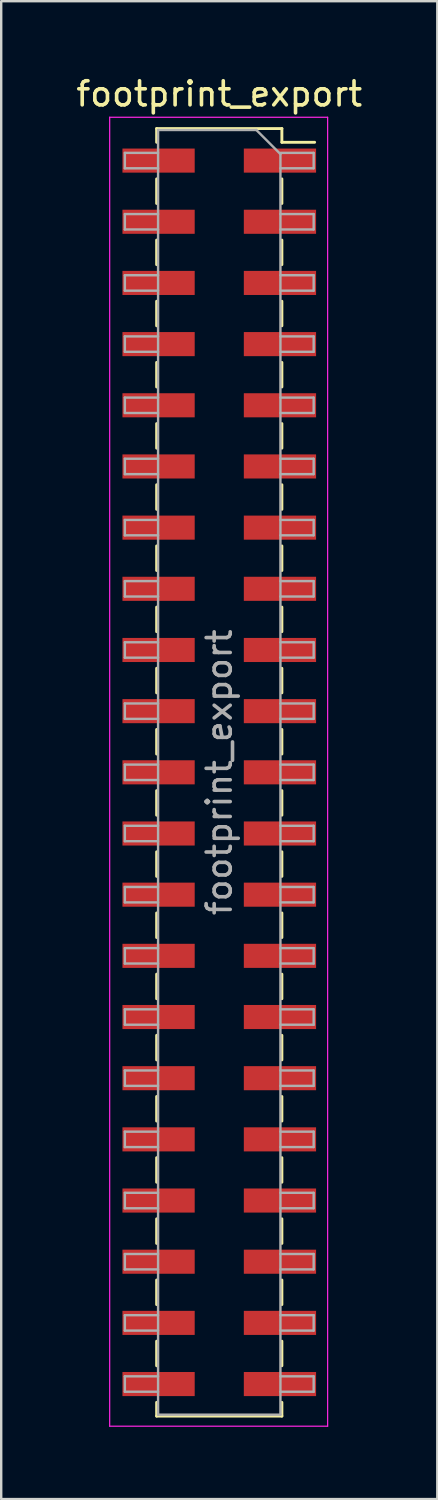
<source format=kicad_pcb>
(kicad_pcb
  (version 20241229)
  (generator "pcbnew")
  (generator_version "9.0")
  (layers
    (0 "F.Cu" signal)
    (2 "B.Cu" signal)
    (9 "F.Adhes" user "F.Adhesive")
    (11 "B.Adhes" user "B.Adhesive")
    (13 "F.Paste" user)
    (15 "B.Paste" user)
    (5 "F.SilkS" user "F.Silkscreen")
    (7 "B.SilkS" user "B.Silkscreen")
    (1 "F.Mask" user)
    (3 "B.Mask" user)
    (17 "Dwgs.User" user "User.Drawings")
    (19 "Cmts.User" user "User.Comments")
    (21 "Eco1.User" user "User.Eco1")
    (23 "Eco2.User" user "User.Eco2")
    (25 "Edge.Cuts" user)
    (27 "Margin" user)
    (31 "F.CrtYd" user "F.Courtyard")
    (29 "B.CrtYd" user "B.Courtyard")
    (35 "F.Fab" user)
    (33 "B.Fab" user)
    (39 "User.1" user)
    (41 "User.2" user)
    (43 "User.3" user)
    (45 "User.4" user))
  (footprint "footprint_export"
    (layer "F.Cu")
    (at 6.054 29.018)
    (property "Reference" "footprint_export" (at 0 -28.17 0) (layer "F.SilkS") (effects (font (size 1 1) (thickness 0.15))))
    (attr smd)
    (fp_line (start -2.6 -26.73) (end -2.6 -26.16) (stroke (width 0.12) (type solid)) (layer "F.SilkS"))
    (fp_line (start -2.6 -26.73) (end 2.6 -26.73) (stroke (width 0.12) (type solid)) (layer "F.SilkS"))
    (fp_line (start -2.6 -24.64) (end -2.6 -23.62) (stroke (width 0.12) (type solid)) (layer "F.SilkS"))
    (fp_line (start -2.6 -22.1) (end -2.6 -21.08) (stroke (width 0.12) (type solid)) (layer "F.SilkS"))
    (fp_line (start -2.6 -19.56) (end -2.6 -18.54) (stroke (width 0.12) (type solid)) (layer "F.SilkS"))
    (fp_line (start -2.6 -17.02) (end -2.6 -16) (stroke (width 0.12) (type solid)) (layer "F.SilkS"))
    (fp_line (start -2.6 -14.48) (end -2.6 -13.46) (stroke (width 0.12) (type solid)) (layer "F.SilkS"))
    (fp_line (start -2.6 -11.94) (end -2.6 -10.92) (stroke (width 0.12) (type solid)) (layer "F.SilkS"))
    (fp_line (start -2.6 -9.4) (end -2.6 -8.38) (stroke (width 0.12) (type solid)) (layer "F.SilkS"))
    (fp_line (start -2.6 -6.86) (end -2.6 -5.84) (stroke (width 0.12) (type solid)) (layer "F.SilkS"))
    (fp_line (start -2.6 -4.32) (end -2.6 -3.3) (stroke (width 0.12) (type solid)) (layer "F.SilkS"))
    (fp_line (start -2.6 -1.78) (end -2.6 -0.76) (stroke (width 0.12) (type solid)) (layer "F.SilkS"))
    (fp_line (start -2.6 0.76) (end -2.6 1.78) (stroke (width 0.12) (type solid)) (layer "F.SilkS"))
    (fp_line (start -2.6 3.3) (end -2.6 4.32) (stroke (width 0.12) (type solid)) (layer "F.SilkS"))
    (fp_line (start -2.6 5.84) (end -2.6 6.86) (stroke (width 0.12) (type solid)) (layer "F.SilkS"))
    (fp_line (start -2.6 8.38) (end -2.6 9.4) (stroke (width 0.12) (type solid)) (layer "F.SilkS"))
    (fp_line (start -2.6 10.92) (end -2.6 11.94) (stroke (width 0.12) (type solid)) (layer "F.SilkS"))
    (fp_line (start -2.6 13.46) (end -2.6 14.48) (stroke (width 0.12) (type solid)) (layer "F.SilkS"))
    (fp_line (start -2.6 16) (end -2.6 17.02) (stroke (width 0.12) (type solid)) (layer "F.SilkS"))
    (fp_line (start -2.6 18.54) (end -2.6 19.56) (stroke (width 0.12) (type solid)) (layer "F.SilkS"))
    (fp_line (start -2.6 21.08) (end -2.6 22.1) (stroke (width 0.12) (type solid)) (layer "F.SilkS"))
    (fp_line (start -2.6 23.62) (end -2.6 24.64) (stroke (width 0.12) (type solid)) (layer "F.SilkS"))
    (fp_line (start -2.6 26.16) (end -2.6 26.73) (stroke (width 0.12) (type solid)) (layer "F.SilkS"))
    (fp_line (start -2.6 26.73) (end 2.6 26.73) (stroke (width 0.12) (type solid)) (layer "F.SilkS"))
    (fp_line (start 2.6 -26.73) (end 2.6 -26.16) (stroke (width 0.12) (type solid)) (layer "F.SilkS"))
    (fp_line (start 2.6 -26.16) (end 3.96 -26.16) (stroke (width 0.12) (type solid)) (layer "F.SilkS"))
    (fp_line (start 2.6 -24.64) (end 2.6 -23.62) (stroke (width 0.12) (type solid)) (layer "F.SilkS"))
    (fp_line (start 2.6 -22.1) (end 2.6 -21.08) (stroke (width 0.12) (type solid)) (layer "F.SilkS"))
    (fp_line (start 2.6 -19.56) (end 2.6 -18.54) (stroke (width 0.12) (type solid)) (layer "F.SilkS"))
    (fp_line (start 2.6 -17.02) (end 2.6 -16) (stroke (width 0.12) (type solid)) (layer "F.SilkS"))
    (fp_line (start 2.6 -14.48) (end 2.6 -13.46) (stroke (width 0.12) (type solid)) (layer "F.SilkS"))
    (fp_line (start 2.6 -11.94) (end 2.6 -10.92) (stroke (width 0.12) (type solid)) (layer "F.SilkS"))
    (fp_line (start 2.6 -9.4) (end 2.6 -8.38) (stroke (width 0.12) (type solid)) (layer "F.SilkS"))
    (fp_line (start 2.6 -6.86) (end 2.6 -5.84) (stroke (width 0.12) (type solid)) (layer "F.SilkS"))
    (fp_line (start 2.6 -4.32) (end 2.6 -3.3) (stroke (width 0.12) (type solid)) (layer "F.SilkS"))
    (fp_line (start 2.6 -1.78) (end 2.6 -0.76) (stroke (width 0.12) (type solid)) (layer "F.SilkS"))
    (fp_line (start 2.6 0.76) (end 2.6 1.78) (stroke (width 0.12) (type solid)) (layer "F.SilkS"))
    (fp_line (start 2.6 3.3) (end 2.6 4.32) (stroke (width 0.12) (type solid)) (layer "F.SilkS"))
    (fp_line (start 2.6 5.84) (end 2.6 6.86) (stroke (width 0.12) (type solid)) (layer "F.SilkS"))
    (fp_line (start 2.6 8.38) (end 2.6 9.4) (stroke (width 0.12) (type solid)) (layer "F.SilkS"))
    (fp_line (start 2.6 10.92) (end 2.6 11.94) (stroke (width 0.12) (type solid)) (layer "F.SilkS"))
    (fp_line (start 2.6 13.46) (end 2.6 14.48) (stroke (width 0.12) (type solid)) (layer "F.SilkS"))
    (fp_line (start 2.6 16) (end 2.6 17.02) (stroke (width 0.12) (type solid)) (layer "F.SilkS"))
    (fp_line (start 2.6 18.54) (end 2.6 19.56) (stroke (width 0.12) (type solid)) (layer "F.SilkS"))
    (fp_line (start 2.6 21.08) (end 2.6 22.1) (stroke (width 0.12) (type solid)) (layer "F.SilkS"))
    (fp_line (start 2.6 23.62) (end 2.6 24.64) (stroke (width 0.12) (type solid)) (layer "F.SilkS"))
    (fp_line (start 2.6 26.16) (end 2.6 26.73) (stroke (width 0.12) (type solid)) (layer "F.SilkS"))
    (fp_line (start -4.55 -27.2) (end 4.5 -27.2) (stroke (width 0.05) (type solid)) (layer "F.CrtYd"))
    (fp_line (start -4.55 27.15) (end -4.55 -27.2) (stroke (width 0.05) (type solid)) (layer "F.CrtYd"))
    (fp_line (start 4.5 -27.2) (end 4.5 27.15) (stroke (width 0.05) (type solid)) (layer "F.CrtYd"))
    (fp_line (start 4.5 27.15) (end -4.55 27.15) (stroke (width 0.05) (type solid)) (layer "F.CrtYd"))
    (fp_line (start -3.92 -25.72) (end -2.54 -25.72) (stroke (width 0.1) (type solid)) (layer "F.Fab"))
    (fp_line (start -3.92 -25.08) (end -3.92 -25.72) (stroke (width 0.1) (type solid)) (layer "F.Fab"))
    (fp_line (start -3.92 -23.18) (end -2.54 -23.18) (stroke (width 0.1) (type solid)) (layer "F.Fab"))
    (fp_line (start -3.92 -22.54) (end -3.92 -23.18) (stroke (width 0.1) (type solid)) (layer "F.Fab"))
    (fp_line (start -3.92 -20.64) (end -2.54 -20.64) (stroke (width 0.1) (type solid)) (layer "F.Fab"))
    (fp_line (start -3.92 -20) (end -3.92 -20.64) (stroke (width 0.1) (type solid)) (layer "F.Fab"))
    (fp_line (start -3.92 -18.1) (end -2.54 -18.1) (stroke (width 0.1) (type solid)) (layer "F.Fab"))
    (fp_line (start -3.92 -17.46) (end -3.92 -18.1) (stroke (width 0.1) (type solid)) (layer "F.Fab"))
    (fp_line (start -3.92 -15.56) (end -2.54 -15.56) (stroke (width 0.1) (type solid)) (layer "F.Fab"))
    (fp_line (start -3.92 -14.92) (end -3.92 -15.56) (stroke (width 0.1) (type solid)) (layer "F.Fab"))
    (fp_line (start -3.92 -13.02) (end -2.54 -13.02) (stroke (width 0.1) (type solid)) (layer "F.Fab"))
    (fp_line (start -3.92 -12.38) (end -3.92 -13.02) (stroke (width 0.1) (type solid)) (layer "F.Fab"))
    (fp_line (start -3.92 -10.48) (end -2.54 -10.48) (stroke (width 0.1) (type solid)) (layer "F.Fab"))
    (fp_line (start -3.92 -9.84) (end -3.92 -10.48) (stroke (width 0.1) (type solid)) (layer "F.Fab"))
    (fp_line (start -3.92 -7.94) (end -2.54 -7.94) (stroke (width 0.1) (type solid)) (layer "F.Fab"))
    (fp_line (start -3.92 -7.3) (end -3.92 -7.94) (stroke (width 0.1) (type solid)) (layer "F.Fab"))
    (fp_line (start -3.92 -5.4) (end -2.54 -5.4) (stroke (width 0.1) (type solid)) (layer "F.Fab"))
    (fp_line (start -3.92 -4.76) (end -3.92 -5.4) (stroke (width 0.1) (type solid)) (layer "F.Fab"))
    (fp_line (start -3.92 -2.86) (end -2.54 -2.86) (stroke (width 0.1) (type solid)) (layer "F.Fab"))
    (fp_line (start -3.92 -2.22) (end -3.92 -2.86) (stroke (width 0.1) (type solid)) (layer "F.Fab"))
    (fp_line (start -3.92 -0.32) (end -2.54 -0.32) (stroke (width 0.1) (type solid)) (layer "F.Fab"))
    (fp_line (start -3.92 0.32) (end -3.92 -0.32) (stroke (width 0.1) (type solid)) (layer "F.Fab"))
    (fp_line (start -3.92 2.22) (end -2.54 2.22) (stroke (width 0.1) (type solid)) (layer "F.Fab"))
    (fp_line (start -3.92 2.86) (end -3.92 2.22) (stroke (width 0.1) (type solid)) (layer "F.Fab"))
    (fp_line (start -3.92 4.76) (end -2.54 4.76) (stroke (width 0.1) (type solid)) (layer "F.Fab"))
    (fp_line (start -3.92 5.4) (end -3.92 4.76) (stroke (width 0.1) (type solid)) (layer "F.Fab"))
    (fp_line (start -3.92 7.3) (end -2.54 7.3) (stroke (width 0.1) (type solid)) (layer "F.Fab"))
    (fp_line (start -3.92 7.94) (end -3.92 7.3) (stroke (width 0.1) (type solid)) (layer "F.Fab"))
    (fp_line (start -3.92 9.84) (end -2.54 9.84) (stroke (width 0.1) (type solid)) (layer "F.Fab"))
    (fp_line (start -3.92 10.48) (end -3.92 9.84) (stroke (width 0.1) (type solid)) (layer "F.Fab"))
    (fp_line (start -3.92 12.38) (end -2.54 12.38) (stroke (width 0.1) (type solid)) (layer "F.Fab"))
    (fp_line (start -3.92 13.02) (end -3.92 12.38) (stroke (width 0.1) (type solid)) (layer "F.Fab"))
    (fp_line (start -3.92 14.92) (end -2.54 14.92) (stroke (width 0.1) (type solid)) (layer "F.Fab"))
    (fp_line (start -3.92 15.56) (end -3.92 14.92) (stroke (width 0.1) (type solid)) (layer "F.Fab"))
    (fp_line (start -3.92 17.46) (end -2.54 17.46) (stroke (width 0.1) (type solid)) (layer "F.Fab"))
    (fp_line (start -3.92 18.1) (end -3.92 17.46) (stroke (width 0.1) (type solid)) (layer "F.Fab"))
    (fp_line (start -3.92 20) (end -2.54 20) (stroke (width 0.1) (type solid)) (layer "F.Fab"))
    (fp_line (start -3.92 20.64) (end -3.92 20) (stroke (width 0.1) (type solid)) (layer "F.Fab"))
    (fp_line (start -3.92 22.54) (end -2.54 22.54) (stroke (width 0.1) (type solid)) (layer "F.Fab"))
    (fp_line (start -3.92 23.18) (end -3.92 22.54) (stroke (width 0.1) (type solid)) (layer "F.Fab"))
    (fp_line (start -3.92 25.08) (end -2.54 25.08) (stroke (width 0.1) (type solid)) (layer "F.Fab"))
    (fp_line (start -3.92 25.72) (end -3.92 25.08) (stroke (width 0.1) (type solid)) (layer "F.Fab"))
    (fp_line (start -2.54 -26.67) (end 1.54 -26.67) (stroke (width 0.1) (type solid)) (layer "F.Fab"))
    (fp_line (start -2.54 -25.08) (end -3.92 -25.08) (stroke (width 0.1) (type solid)) (layer "F.Fab"))
    (fp_line (start -2.54 -22.54) (end -3.92 -22.54) (stroke (width 0.1) (type solid)) (layer "F.Fab"))
    (fp_line (start -2.54 -20) (end -3.92 -20) (stroke (width 0.1) (type solid)) (layer "F.Fab"))
    (fp_line (start -2.54 -17.46) (end -3.92 -17.46) (stroke (width 0.1) (type solid)) (layer "F.Fab"))
    (fp_line (start -2.54 -14.92) (end -3.92 -14.92) (stroke (width 0.1) (type solid)) (layer "F.Fab"))
    (fp_line (start -2.54 -12.38) (end -3.92 -12.38) (stroke (width 0.1) (type solid)) (layer "F.Fab"))
    (fp_line (start -2.54 -9.84) (end -3.92 -9.84) (stroke (width 0.1) (type solid)) (layer "F.Fab"))
    (fp_line (start -2.54 -7.3) (end -3.92 -7.3) (stroke (width 0.1) (type solid)) (layer "F.Fab"))
    (fp_line (start -2.54 -4.76) (end -3.92 -4.76) (stroke (width 0.1) (type solid)) (layer "F.Fab"))
    (fp_line (start -2.54 -2.22) (end -3.92 -2.22) (stroke (width 0.1) (type solid)) (layer "F.Fab"))
    (fp_line (start -2.54 0.32) (end -3.92 0.32) (stroke (width 0.1) (type solid)) (layer "F.Fab"))
    (fp_line (start -2.54 2.86) (end -3.92 2.86) (stroke (width 0.1) (type solid)) (layer "F.Fab"))
    (fp_line (start -2.54 5.4) (end -3.92 5.4) (stroke (width 0.1) (type solid)) (layer "F.Fab"))
    (fp_line (start -2.54 7.94) (end -3.92 7.94) (stroke (width 0.1) (type solid)) (layer "F.Fab"))
    (fp_line (start -2.54 10.48) (end -3.92 10.48) (stroke (width 0.1) (type solid)) (layer "F.Fab"))
    (fp_line (start -2.54 13.02) (end -3.92 13.02) (stroke (width 0.1) (type solid)) (layer "F.Fab"))
    (fp_line (start -2.54 15.56) (end -3.92 15.56) (stroke (width 0.1) (type solid)) (layer "F.Fab"))
    (fp_line (start -2.54 18.1) (end -3.92 18.1) (stroke (width 0.1) (type solid)) (layer "F.Fab"))
    (fp_line (start -2.54 20.64) (end -3.92 20.64) (stroke (width 0.1) (type solid)) (layer "F.Fab"))
    (fp_line (start -2.54 23.18) (end -3.92 23.18) (stroke (width 0.1) (type solid)) (layer "F.Fab"))
    (fp_line (start -2.54 25.72) (end -3.92 25.72) (stroke (width 0.1) (type solid)) (layer "F.Fab"))
    (fp_line (start -2.54 26.67) (end -2.54 -26.67) (stroke (width 0.1) (type solid)) (layer "F.Fab"))
    (fp_line (start 1.54 -26.67) (end 2.54 -25.67) (stroke (width 0.1) (type solid)) (layer "F.Fab"))
    (fp_line (start 2.54 -25.72) (end 3.92 -25.72) (stroke (width 0.1) (type solid)) (layer "F.Fab"))
    (fp_line (start 2.54 -25.67) (end 2.54 26.67) (stroke (width 0.1) (type solid)) (layer "F.Fab"))
    (fp_line (start 2.54 -23.18) (end 3.92 -23.18) (stroke (width 0.1) (type solid)) (layer "F.Fab"))
    (fp_line (start 2.54 -20.64) (end 3.92 -20.64) (stroke (width 0.1) (type solid)) (layer "F.Fab"))
    (fp_line (start 2.54 -18.1) (end 3.92 -18.1) (stroke (width 0.1) (type solid)) (layer "F.Fab"))
    (fp_line (start 2.54 -15.56) (end 3.92 -15.56) (stroke (width 0.1) (type solid)) (layer "F.Fab"))
    (fp_line (start 2.54 -13.02) (end 3.92 -13.02) (stroke (width 0.1) (type solid)) (layer "F.Fab"))
    (fp_line (start 2.54 -10.48) (end 3.92 -10.48) (stroke (width 0.1) (type solid)) (layer "F.Fab"))
    (fp_line (start 2.54 -7.94) (end 3.92 -7.94) (stroke (width 0.1) (type solid)) (layer "F.Fab"))
    (fp_line (start 2.54 -5.4) (end 3.92 -5.4) (stroke (width 0.1) (type solid)) (layer "F.Fab"))
    (fp_line (start 2.54 -2.86) (end 3.92 -2.86) (stroke (width 0.1) (type solid)) (layer "F.Fab"))
    (fp_line (start 2.54 -0.32) (end 3.92 -0.32) (stroke (width 0.1) (type solid)) (layer "F.Fab"))
    (fp_line (start 2.54 2.22) (end 3.92 2.22) (stroke (width 0.1) (type solid)) (layer "F.Fab"))
    (fp_line (start 2.54 4.76) (end 3.92 4.76) (stroke (width 0.1) (type solid)) (layer "F.Fab"))
    (fp_line (start 2.54 7.3) (end 3.92 7.3) (stroke (width 0.1) (type solid)) (layer "F.Fab"))
    (fp_line (start 2.54 9.84) (end 3.92 9.84) (stroke (width 0.1) (type solid)) (layer "F.Fab"))
    (fp_line (start 2.54 12.38) (end 3.92 12.38) (stroke (width 0.1) (type solid)) (layer "F.Fab"))
    (fp_line (start 2.54 14.92) (end 3.92 14.92) (stroke (width 0.1) (type solid)) (layer "F.Fab"))
    (fp_line (start 2.54 17.46) (end 3.92 17.46) (stroke (width 0.1) (type solid)) (layer "F.Fab"))
    (fp_line (start 2.54 20) (end 3.92 20) (stroke (width 0.1) (type solid)) (layer "F.Fab"))
    (fp_line (start 2.54 22.54) (end 3.92 22.54) (stroke (width 0.1) (type solid)) (layer "F.Fab"))
    (fp_line (start 2.54 25.08) (end 3.92 25.08) (stroke (width 0.1) (type solid)) (layer "F.Fab"))
    (fp_line (start 2.54 26.67) (end -2.54 26.67) (stroke (width 0.1) (type solid)) (layer "F.Fab"))
    (fp_line (start 3.92 -25.72) (end 3.92 -25.08) (stroke (width 0.1) (type solid)) (layer "F.Fab"))
    (fp_line (start 3.92 -25.08) (end 2.54 -25.08) (stroke (width 0.1) (type solid)) (layer "F.Fab"))
    (fp_line (start 3.92 -23.18) (end 3.92 -22.54) (stroke (width 0.1) (type solid)) (layer "F.Fab"))
    (fp_line (start 3.92 -22.54) (end 2.54 -22.54) (stroke (width 0.1) (type solid)) (layer "F.Fab"))
    (fp_line (start 3.92 -20.64) (end 3.92 -20) (stroke (width 0.1) (type solid)) (layer "F.Fab"))
    (fp_line (start 3.92 -20) (end 2.54 -20) (stroke (width 0.1) (type solid)) (layer "F.Fab"))
    (fp_line (start 3.92 -18.1) (end 3.92 -17.46) (stroke (width 0.1) (type solid)) (layer "F.Fab"))
    (fp_line (start 3.92 -17.46) (end 2.54 -17.46) (stroke (width 0.1) (type solid)) (layer "F.Fab"))
    (fp_line (start 3.92 -15.56) (end 3.92 -14.92) (stroke (width 0.1) (type solid)) (layer "F.Fab"))
    (fp_line (start 3.92 -14.92) (end 2.54 -14.92) (stroke (width 0.1) (type solid)) (layer "F.Fab"))
    (fp_line (start 3.92 -13.02) (end 3.92 -12.38) (stroke (width 0.1) (type solid)) (layer "F.Fab"))
    (fp_line (start 3.92 -12.38) (end 2.54 -12.38) (stroke (width 0.1) (type solid)) (layer "F.Fab"))
    (fp_line (start 3.92 -10.48) (end 3.92 -9.84) (stroke (width 0.1) (type solid)) (layer "F.Fab"))
    (fp_line (start 3.92 -9.84) (end 2.54 -9.84) (stroke (width 0.1) (type solid)) (layer "F.Fab"))
    (fp_line (start 3.92 -7.94) (end 3.92 -7.3) (stroke (width 0.1) (type solid)) (layer "F.Fab"))
    (fp_line (start 3.92 -7.3) (end 2.54 -7.3) (stroke (width 0.1) (type solid)) (layer "F.Fab"))
    (fp_line (start 3.92 -5.4) (end 3.92 -4.76) (stroke (width 0.1) (type solid)) (layer "F.Fab"))
    (fp_line (start 3.92 -4.76) (end 2.54 -4.76) (stroke (width 0.1) (type solid)) (layer "F.Fab"))
    (fp_line (start 3.92 -2.86) (end 3.92 -2.22) (stroke (width 0.1) (type solid)) (layer "F.Fab"))
    (fp_line (start 3.92 -2.22) (end 2.54 -2.22) (stroke (width 0.1) (type solid)) (layer "F.Fab"))
    (fp_line (start 3.92 -0.32) (end 3.92 0.32) (stroke (width 0.1) (type solid)) (layer "F.Fab"))
    (fp_line (start 3.92 0.32) (end 2.54 0.32) (stroke (width 0.1) (type solid)) (layer "F.Fab"))
    (fp_line (start 3.92 2.22) (end 3.92 2.86) (stroke (width 0.1) (type solid)) (layer "F.Fab"))
    (fp_line (start 3.92 2.86) (end 2.54 2.86) (stroke (width 0.1) (type solid)) (layer "F.Fab"))
    (fp_line (start 3.92 4.76) (end 3.92 5.4) (stroke (width 0.1) (type solid)) (layer "F.Fab"))
    (fp_line (start 3.92 5.4) (end 2.54 5.4) (stroke (width 0.1) (type solid)) (layer "F.Fab"))
    (fp_line (start 3.92 7.3) (end 3.92 7.94) (stroke (width 0.1) (type solid)) (layer "F.Fab"))
    (fp_line (start 3.92 7.94) (end 2.54 7.94) (stroke (width 0.1) (type solid)) (layer "F.Fab"))
    (fp_line (start 3.92 9.84) (end 3.92 10.48) (stroke (width 0.1) (type solid)) (layer "F.Fab"))
    (fp_line (start 3.92 10.48) (end 2.54 10.48) (stroke (width 0.1) (type solid)) (layer "F.Fab"))
    (fp_line (start 3.92 12.38) (end 3.92 13.02) (stroke (width 0.1) (type solid)) (layer "F.Fab"))
    (fp_line (start 3.92 13.02) (end 2.54 13.02) (stroke (width 0.1) (type solid)) (layer "F.Fab"))
    (fp_line (start 3.92 14.92) (end 3.92 15.56) (stroke (width 0.1) (type solid)) (layer "F.Fab"))
    (fp_line (start 3.92 15.56) (end 2.54 15.56) (stroke (width 0.1) (type solid)) (layer "F.Fab"))
    (fp_line (start 3.92 17.46) (end 3.92 18.1) (stroke (width 0.1) (type solid)) (layer "F.Fab"))
    (fp_line (start 3.92 18.1) (end 2.54 18.1) (stroke (width 0.1) (type solid)) (layer "F.Fab"))
    (fp_line (start 3.92 20) (end 3.92 20.64) (stroke (width 0.1) (type solid)) (layer "F.Fab"))
    (fp_line (start 3.92 20.64) (end 2.54 20.64) (stroke (width 0.1) (type solid)) (layer "F.Fab"))
    (fp_line (start 3.92 22.54) (end 3.92 23.18) (stroke (width 0.1) (type solid)) (layer "F.Fab"))
    (fp_line (start 3.92 23.18) (end 2.54 23.18) (stroke (width 0.1) (type solid)) (layer "F.Fab"))
    (fp_line (start 3.92 25.08) (end 3.92 25.72) (stroke (width 0.1) (type solid)) (layer "F.Fab"))
    (fp_line (start 3.92 25.72) (end 2.54 25.72) (stroke (width 0.1) (type solid)) (layer "F.Fab"))
    (fp_text user "${REFERENCE}" (at 0 0 90) (layer "F.Fab") (effects (font (size 1 1) (thickness 0.15))))
    (pad "1" smd rect (at 2.52 -25.4) (size 3 1) (layers "F.Cu" "F.Mask" "F.Paste"))
    (pad "2" smd rect (at -2.52 -25.4) (size 3 1) (layers "F.Cu" "F.Mask" "F.Paste"))
    (pad "3" smd rect (at 2.52 -22.86) (size 3 1) (layers "F.Cu" "F.Mask" "F.Paste"))
    (pad "4" smd rect (at -2.52 -22.86) (size 3 1) (layers "F.Cu" "F.Mask" "F.Paste"))
    (pad "5" smd rect (at 2.52 -20.32) (size 3 1) (layers "F.Cu" "F.Mask" "F.Paste"))
    (pad "6" smd rect (at -2.52 -20.32) (size 3 1) (layers "F.Cu" "F.Mask" "F.Paste"))
    (pad "7" smd rect (at 2.52 -17.78) (size 3 1) (layers "F.Cu" "F.Mask" "F.Paste"))
    (pad "8" smd rect (at -2.52 -17.78) (size 3 1) (layers "F.Cu" "F.Mask" "F.Paste"))
    (pad "9" smd rect (at 2.52 -15.24) (size 3 1) (layers "F.Cu" "F.Mask" "F.Paste"))
    (pad "10" smd rect (at -2.52 -15.24) (size 3 1) (layers "F.Cu" "F.Mask" "F.Paste"))
    (pad "11" smd rect (at 2.52 -12.7) (size 3 1) (layers "F.Cu" "F.Mask" "F.Paste"))
    (pad "12" smd rect (at -2.52 -12.7) (size 3 1) (layers "F.Cu" "F.Mask" "F.Paste"))
    (pad "13" smd rect (at 2.52 -10.16) (size 3 1) (layers "F.Cu" "F.Mask" "F.Paste"))
    (pad "14" smd rect (at -2.52 -10.16) (size 3 1) (layers "F.Cu" "F.Mask" "F.Paste"))
    (pad "15" smd rect (at 2.52 -7.62) (size 3 1) (layers "F.Cu" "F.Mask" "F.Paste"))
    (pad "16" smd rect (at -2.52 -7.62) (size 3 1) (layers "F.Cu" "F.Mask" "F.Paste"))
    (pad "17" smd rect (at 2.52 -5.08) (size 3 1) (layers "F.Cu" "F.Mask" "F.Paste"))
    (pad "18" smd rect (at -2.52 -5.08) (size 3 1) (layers "F.Cu" "F.Mask" "F.Paste"))
    (pad "19" smd rect (at 2.52 -2.54) (size 3 1) (layers "F.Cu" "F.Mask" "F.Paste"))
    (pad "20" smd rect (at -2.52 -2.54) (size 3 1) (layers "F.Cu" "F.Mask" "F.Paste"))
    (pad "21" smd rect (at 2.52 0) (size 3 1) (layers "F.Cu" "F.Mask" "F.Paste"))
    (pad "22" smd rect (at -2.52 0) (size 3 1) (layers "F.Cu" "F.Mask" "F.Paste"))
    (pad "23" smd rect (at 2.52 2.54) (size 3 1) (layers "F.Cu" "F.Mask" "F.Paste"))
    (pad "24" smd rect (at -2.52 2.54) (size 3 1) (layers "F.Cu" "F.Mask" "F.Paste"))
    (pad "25" smd rect (at 2.52 5.08) (size 3 1) (layers "F.Cu" "F.Mask" "F.Paste"))
    (pad "26" smd rect (at -2.52 5.08) (size 3 1) (layers "F.Cu" "F.Mask" "F.Paste"))
    (pad "27" smd rect (at 2.52 7.62) (size 3 1) (layers "F.Cu" "F.Mask" "F.Paste"))
    (pad "28" smd rect (at -2.52 7.62) (size 3 1) (layers "F.Cu" "F.Mask" "F.Paste"))
    (pad "29" smd rect (at 2.52 10.16) (size 3 1) (layers "F.Cu" "F.Mask" "F.Paste"))
    (pad "30" smd rect (at -2.52 10.16) (size 3 1) (layers "F.Cu" "F.Mask" "F.Paste"))
    (pad "31" smd rect (at 2.52 12.7) (size 3 1) (layers "F.Cu" "F.Mask" "F.Paste"))
    (pad "32" smd rect (at -2.52 12.7) (size 3 1) (layers "F.Cu" "F.Mask" "F.Paste"))
    (pad "33" smd rect (at 2.52 15.24) (size 3 1) (layers "F.Cu" "F.Mask" "F.Paste"))
    (pad "34" smd rect (at -2.52 15.24) (size 3 1) (layers "F.Cu" "F.Mask" "F.Paste"))
    (pad "35" smd rect (at 2.52 17.78) (size 3 1) (layers "F.Cu" "F.Mask" "F.Paste"))
    (pad "36" smd rect (at -2.52 17.78) (size 3 1) (layers "F.Cu" "F.Mask" "F.Paste"))
    (pad "37" smd rect (at 2.52 20.32) (size 3 1) (layers "F.Cu" "F.Mask" "F.Paste"))
    (pad "38" smd rect (at -2.52 20.32) (size 3 1) (layers "F.Cu" "F.Mask" "F.Paste"))
    (pad "39" smd rect (at 2.52 22.86) (size 3 1) (layers "F.Cu" "F.Mask" "F.Paste"))
    (pad "40" smd rect (at -2.52 22.86) (size 3 1) (layers "F.Cu" "F.Mask" "F.Paste"))
    (pad "41" smd rect (at 2.52 25.4) (size 3 1) (layers "F.Cu" "F.Mask" "F.Paste"))
    (pad "42" smd rect (at -2.52 25.4) (size 3 1) (layers "F.Cu" "F.Mask" "F.Paste")))
  (gr_rect
    (start -3 -3)
    (end 15.107 59.193)
    (stroke (width 0.1) (type default))
    (fill no)
    (layer "Edge.Cuts")))
</source>
